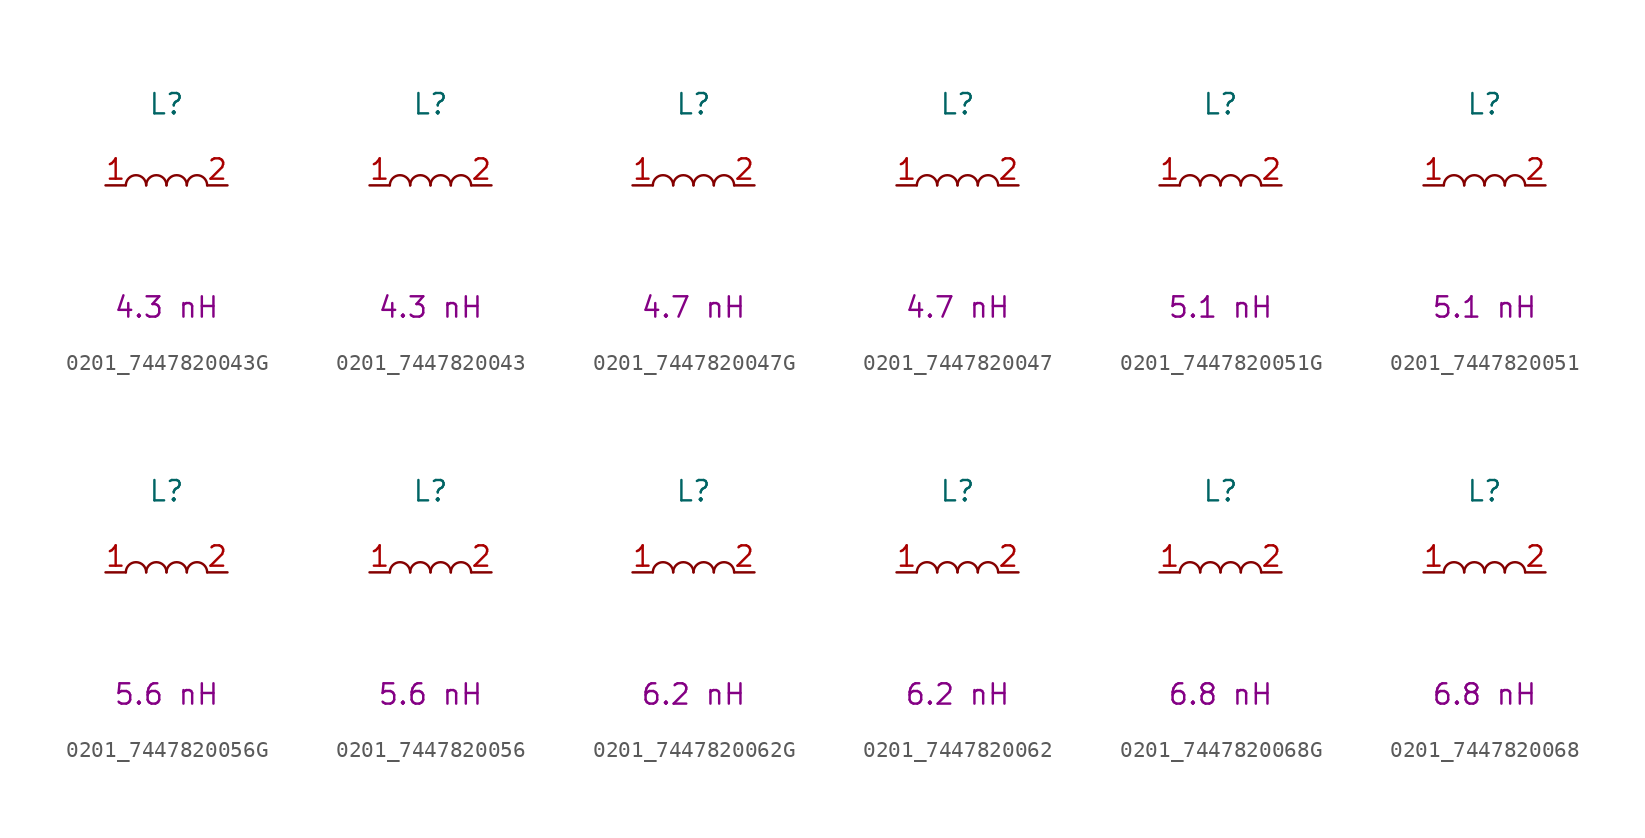
<source format=kicad_sym>
(kicad_symbol_lib
  (version 20220914)
  (generator kicad_symbol_editor)
  (symbol "0201_7447820043G"
    (pin_names hide)
    (property "Reference" "L"
      (at 0 5.08 0)
      (effects (font (size 1.27 1.27))))
    (property "Critical Parameter" "4.3 nH"
      (at 0 -7.62 0)
      (effects (font (size 1.27 1.27))))
    (symbol "0201_7447820043G_0_1"
      (arc (start -1.27 0) (mid -1.905 0.6323) (end -2.54 0) (stroke (width 0) (type default)) (fill (type none)))
      (arc (start 0 0) (mid -0.635 0.6323) (end -1.27 0) (stroke (width 0) (type default)) (fill (type none)))
      (arc (start 1.27 0) (mid 0.635 0.6323) (end 0 0) (stroke (width 0) (type default)) (fill (type none)))
      (arc (start 2.54 0) (mid 1.905 0.6323) (end 1.27 0) (stroke (width 0) (type default)) (fill (type none))))
    (symbol "0201_7447820043G_1_1"
      (pin passive line (at -3.81 0 0) (length 1.27) (name "1" (effects (font (size 1.27 1.27)))) (number "1" (effects (font (size 1.27 1.27)))))
      (pin passive line (at 3.81 0 180) (length 1.27) (name "2" (effects (font (size 1.27 1.27)))) (number "2" (effects (font (size 1.27 1.27)))))))
  (symbol "0201_7447820043"
    (pin_names hide)
    (property "Reference" "L"
      (at 0 5.08 0)
      (effects (font (size 1.27 1.27))))
    (property "Critical Parameter" "4.3 nH"
      (at 0 -7.62 0)
      (effects (font (size 1.27 1.27))))
    (symbol "0201_7447820043_0_1"
      (arc (start -1.27 0) (mid -1.905 0.6323) (end -2.54 0) (stroke (width 0) (type default)) (fill (type none)))
      (arc (start 0 0) (mid -0.635 0.6323) (end -1.27 0) (stroke (width 0) (type default)) (fill (type none)))
      (arc (start 1.27 0) (mid 0.635 0.6323) (end 0 0) (stroke (width 0) (type default)) (fill (type none)))
      (arc (start 2.54 0) (mid 1.905 0.6323) (end 1.27 0) (stroke (width 0) (type default)) (fill (type none))))
    (symbol "0201_7447820043_1_1"
      (pin passive line (at -3.81 0 0) (length 1.27) (name "1" (effects (font (size 1.27 1.27)))) (number "1" (effects (font (size 1.27 1.27)))))
      (pin passive line (at 3.81 0 180) (length 1.27) (name "2" (effects (font (size 1.27 1.27)))) (number "2" (effects (font (size 1.27 1.27)))))))
  (symbol "0201_7447820047G"
    (pin_names hide)
    (property "Reference" "L"
      (at 0 5.08 0)
      (effects (font (size 1.27 1.27))))
    (property "Critical Parameter" "4.7 nH"
      (at 0 -7.62 0)
      (effects (font (size 1.27 1.27))))
    (symbol "0201_7447820047G_0_1"
      (arc (start -1.27 0) (mid -1.905 0.6323) (end -2.54 0) (stroke (width 0) (type default)) (fill (type none)))
      (arc (start 0 0) (mid -0.635 0.6323) (end -1.27 0) (stroke (width 0) (type default)) (fill (type none)))
      (arc (start 1.27 0) (mid 0.635 0.6323) (end 0 0) (stroke (width 0) (type default)) (fill (type none)))
      (arc (start 2.54 0) (mid 1.905 0.6323) (end 1.27 0) (stroke (width 0) (type default)) (fill (type none))))
    (symbol "0201_7447820047G_1_1"
      (pin passive line (at -3.81 0 0) (length 1.27) (name "1" (effects (font (size 1.27 1.27)))) (number "1" (effects (font (size 1.27 1.27)))))
      (pin passive line (at 3.81 0 180) (length 1.27) (name "2" (effects (font (size 1.27 1.27)))) (number "2" (effects (font (size 1.27 1.27)))))))
  (symbol "0201_7447820047"
    (pin_names hide)
    (property "Reference" "L"
      (at 0 5.08 0)
      (effects (font (size 1.27 1.27))))
    (property "Critical Parameter" "4.7 nH"
      (at 0 -7.62 0)
      (effects (font (size 1.27 1.27))))
    (symbol "0201_7447820047_0_1"
      (arc (start -1.27 0) (mid -1.905 0.6323) (end -2.54 0) (stroke (width 0) (type default)) (fill (type none)))
      (arc (start 0 0) (mid -0.635 0.6323) (end -1.27 0) (stroke (width 0) (type default)) (fill (type none)))
      (arc (start 1.27 0) (mid 0.635 0.6323) (end 0 0) (stroke (width 0) (type default)) (fill (type none)))
      (arc (start 2.54 0) (mid 1.905 0.6323) (end 1.27 0) (stroke (width 0) (type default)) (fill (type none))))
    (symbol "0201_7447820047_1_1"
      (pin passive line (at -3.81 0 0) (length 1.27) (name "1" (effects (font (size 1.27 1.27)))) (number "1" (effects (font (size 1.27 1.27)))))
      (pin passive line (at 3.81 0 180) (length 1.27) (name "2" (effects (font (size 1.27 1.27)))) (number "2" (effects (font (size 1.27 1.27)))))))
  (symbol "0201_7447820051G"
    (pin_names hide)
    (property "Reference" "L"
      (at 0 5.08 0)
      (effects (font (size 1.27 1.27))))
    (property "Critical Parameter" "5.1 nH"
      (at 0 -7.62 0)
      (effects (font (size 1.27 1.27))))
    (symbol "0201_7447820051G_0_1"
      (arc (start -1.27 0) (mid -1.905 0.6323) (end -2.54 0) (stroke (width 0) (type default)) (fill (type none)))
      (arc (start 0 0) (mid -0.635 0.6323) (end -1.27 0) (stroke (width 0) (type default)) (fill (type none)))
      (arc (start 1.27 0) (mid 0.635 0.6323) (end 0 0) (stroke (width 0) (type default)) (fill (type none)))
      (arc (start 2.54 0) (mid 1.905 0.6323) (end 1.27 0) (stroke (width 0) (type default)) (fill (type none))))
    (symbol "0201_7447820051G_1_1"
      (pin passive line (at -3.81 0 0) (length 1.27) (name "1" (effects (font (size 1.27 1.27)))) (number "1" (effects (font (size 1.27 1.27)))))
      (pin passive line (at 3.81 0 180) (length 1.27) (name "2" (effects (font (size 1.27 1.27)))) (number "2" (effects (font (size 1.27 1.27)))))))
  (symbol "0201_7447820051"
    (pin_names hide)
    (property "Reference" "L"
      (at 0 5.08 0)
      (effects (font (size 1.27 1.27))))
    (property "Critical Parameter" "5.1 nH"
      (at 0 -7.62 0)
      (effects (font (size 1.27 1.27))))
    (symbol "0201_7447820051_0_1"
      (arc (start -1.27 0) (mid -1.905 0.6323) (end -2.54 0) (stroke (width 0) (type default)) (fill (type none)))
      (arc (start 0 0) (mid -0.635 0.6323) (end -1.27 0) (stroke (width 0) (type default)) (fill (type none)))
      (arc (start 1.27 0) (mid 0.635 0.6323) (end 0 0) (stroke (width 0) (type default)) (fill (type none)))
      (arc (start 2.54 0) (mid 1.905 0.6323) (end 1.27 0) (stroke (width 0) (type default)) (fill (type none))))
    (symbol "0201_7447820051_1_1"
      (pin passive line (at -3.81 0 0) (length 1.27) (name "1" (effects (font (size 1.27 1.27)))) (number "1" (effects (font (size 1.27 1.27)))))
      (pin passive line (at 3.81 0 180) (length 1.27) (name "2" (effects (font (size 1.27 1.27)))) (number "2" (effects (font (size 1.27 1.27)))))))
  (symbol "0201_7447820056G"
    (pin_names hide)
    (property "Reference" "L"
      (at 0 5.08 0)
      (effects (font (size 1.27 1.27))))
    (property "Critical Parameter" "5.6 nH"
      (at 0 -7.62 0)
      (effects (font (size 1.27 1.27))))
    (symbol "0201_7447820056G_0_1"
      (arc (start -1.27 0) (mid -1.905 0.6323) (end -2.54 0) (stroke (width 0) (type default)) (fill (type none)))
      (arc (start 0 0) (mid -0.635 0.6323) (end -1.27 0) (stroke (width 0) (type default)) (fill (type none)))
      (arc (start 1.27 0) (mid 0.635 0.6323) (end 0 0) (stroke (width 0) (type default)) (fill (type none)))
      (arc (start 2.54 0) (mid 1.905 0.6323) (end 1.27 0) (stroke (width 0) (type default)) (fill (type none))))
    (symbol "0201_7447820056G_1_1"
      (pin passive line (at -3.81 0 0) (length 1.27) (name "1" (effects (font (size 1.27 1.27)))) (number "1" (effects (font (size 1.27 1.27)))))
      (pin passive line (at 3.81 0 180) (length 1.27) (name "2" (effects (font (size 1.27 1.27)))) (number "2" (effects (font (size 1.27 1.27)))))))
  (symbol "0201_7447820056"
    (pin_names hide)
    (property "Reference" "L"
      (at 0 5.08 0)
      (effects (font (size 1.27 1.27))))
    (property "Critical Parameter" "5.6 nH"
      (at 0 -7.62 0)
      (effects (font (size 1.27 1.27))))
    (symbol "0201_7447820056_0_1"
      (arc (start -1.27 0) (mid -1.905 0.6323) (end -2.54 0) (stroke (width 0) (type default)) (fill (type none)))
      (arc (start 0 0) (mid -0.635 0.6323) (end -1.27 0) (stroke (width 0) (type default)) (fill (type none)))
      (arc (start 1.27 0) (mid 0.635 0.6323) (end 0 0) (stroke (width 0) (type default)) (fill (type none)))
      (arc (start 2.54 0) (mid 1.905 0.6323) (end 1.27 0) (stroke (width 0) (type default)) (fill (type none))))
    (symbol "0201_7447820056_1_1"
      (pin passive line (at -3.81 0 0) (length 1.27) (name "1" (effects (font (size 1.27 1.27)))) (number "1" (effects (font (size 1.27 1.27)))))
      (pin passive line (at 3.81 0 180) (length 1.27) (name "2" (effects (font (size 1.27 1.27)))) (number "2" (effects (font (size 1.27 1.27)))))))
  (symbol "0201_7447820062G"
    (pin_names hide)
    (property "Reference" "L"
      (at 0 5.08 0)
      (effects (font (size 1.27 1.27))))
    (property "Critical Parameter" "6.2 nH"
      (at 0 -7.62 0)
      (effects (font (size 1.27 1.27))))
    (symbol "0201_7447820062G_0_1"
      (arc (start -1.27 0) (mid -1.905 0.6323) (end -2.54 0) (stroke (width 0) (type default)) (fill (type none)))
      (arc (start 0 0) (mid -0.635 0.6323) (end -1.27 0) (stroke (width 0) (type default)) (fill (type none)))
      (arc (start 1.27 0) (mid 0.635 0.6323) (end 0 0) (stroke (width 0) (type default)) (fill (type none)))
      (arc (start 2.54 0) (mid 1.905 0.6323) (end 1.27 0) (stroke (width 0) (type default)) (fill (type none))))
    (symbol "0201_7447820062G_1_1"
      (pin passive line (at -3.81 0 0) (length 1.27) (name "1" (effects (font (size 1.27 1.27)))) (number "1" (effects (font (size 1.27 1.27)))))
      (pin passive line (at 3.81 0 180) (length 1.27) (name "2" (effects (font (size 1.27 1.27)))) (number "2" (effects (font (size 1.27 1.27)))))))
  (symbol "0201_7447820062"
    (pin_names hide)
    (property "Reference" "L"
      (at 0 5.08 0)
      (effects (font (size 1.27 1.27))))
    (property "Critical Parameter" "6.2 nH"
      (at 0 -7.62 0)
      (effects (font (size 1.27 1.27))))
    (symbol "0201_7447820062_0_1"
      (arc (start -1.27 0) (mid -1.905 0.6323) (end -2.54 0) (stroke (width 0) (type default)) (fill (type none)))
      (arc (start 0 0) (mid -0.635 0.6323) (end -1.27 0) (stroke (width 0) (type default)) (fill (type none)))
      (arc (start 1.27 0) (mid 0.635 0.6323) (end 0 0) (stroke (width 0) (type default)) (fill (type none)))
      (arc (start 2.54 0) (mid 1.905 0.6323) (end 1.27 0) (stroke (width 0) (type default)) (fill (type none))))
    (symbol "0201_7447820062_1_1"
      (pin passive line (at -3.81 0 0) (length 1.27) (name "1" (effects (font (size 1.27 1.27)))) (number "1" (effects (font (size 1.27 1.27)))))
      (pin passive line (at 3.81 0 180) (length 1.27) (name "2" (effects (font (size 1.27 1.27)))) (number "2" (effects (font (size 1.27 1.27)))))))
  (symbol "0201_7447820068G"
    (pin_names hide)
    (property "Reference" "L"
      (at 0 5.08 0)
      (effects (font (size 1.27 1.27))))
    (property "Critical Parameter" "6.8 nH"
      (at 0 -7.62 0)
      (effects (font (size 1.27 1.27))))
    (symbol "0201_7447820068G_0_1"
      (arc (start -1.27 0) (mid -1.905 0.6323) (end -2.54 0) (stroke (width 0) (type default)) (fill (type none)))
      (arc (start 0 0) (mid -0.635 0.6323) (end -1.27 0) (stroke (width 0) (type default)) (fill (type none)))
      (arc (start 1.27 0) (mid 0.635 0.6323) (end 0 0) (stroke (width 0) (type default)) (fill (type none)))
      (arc (start 2.54 0) (mid 1.905 0.6323) (end 1.27 0) (stroke (width 0) (type default)) (fill (type none))))
    (symbol "0201_7447820068G_1_1"
      (pin passive line (at -3.81 0 0) (length 1.27) (name "1" (effects (font (size 1.27 1.27)))) (number "1" (effects (font (size 1.27 1.27)))))
      (pin passive line (at 3.81 0 180) (length 1.27) (name "2" (effects (font (size 1.27 1.27)))) (number "2" (effects (font (size 1.27 1.27)))))))
  (symbol "0201_7447820068"
    (pin_names hide)
    (property "Reference" "L"
      (at 0 5.08 0)
      (effects (font (size 1.27 1.27))))
    (property "Critical Parameter" "6.8 nH"
      (at 0 -7.62 0)
      (effects (font (size 1.27 1.27))))
    (symbol "0201_7447820068_0_1"
      (arc (start -1.27 0) (mid -1.905 0.6323) (end -2.54 0) (stroke (width 0) (type default)) (fill (type none)))
      (arc (start 0 0) (mid -0.635 0.6323) (end -1.27 0) (stroke (width 0) (type default)) (fill (type none)))
      (arc (start 1.27 0) (mid 0.635 0.6323) (end 0 0) (stroke (width 0) (type default)) (fill (type none)))
      (arc (start 2.54 0) (mid 1.905 0.6323) (end 1.27 0) (stroke (width 0) (type default)) (fill (type none))))
    (symbol "0201_7447820068_1_1"
      (pin passive line (at -3.81 0 0) (length 1.27) (name "1" (effects (font (size 1.27 1.27)))) (number "1" (effects (font (size 1.27 1.27)))))
      (pin passive line (at 3.81 0 180) (length 1.27) (name "2" (effects (font (size 1.27 1.27)))) (number "2" (effects (font (size 1.27 1.27))))))))
</source>
